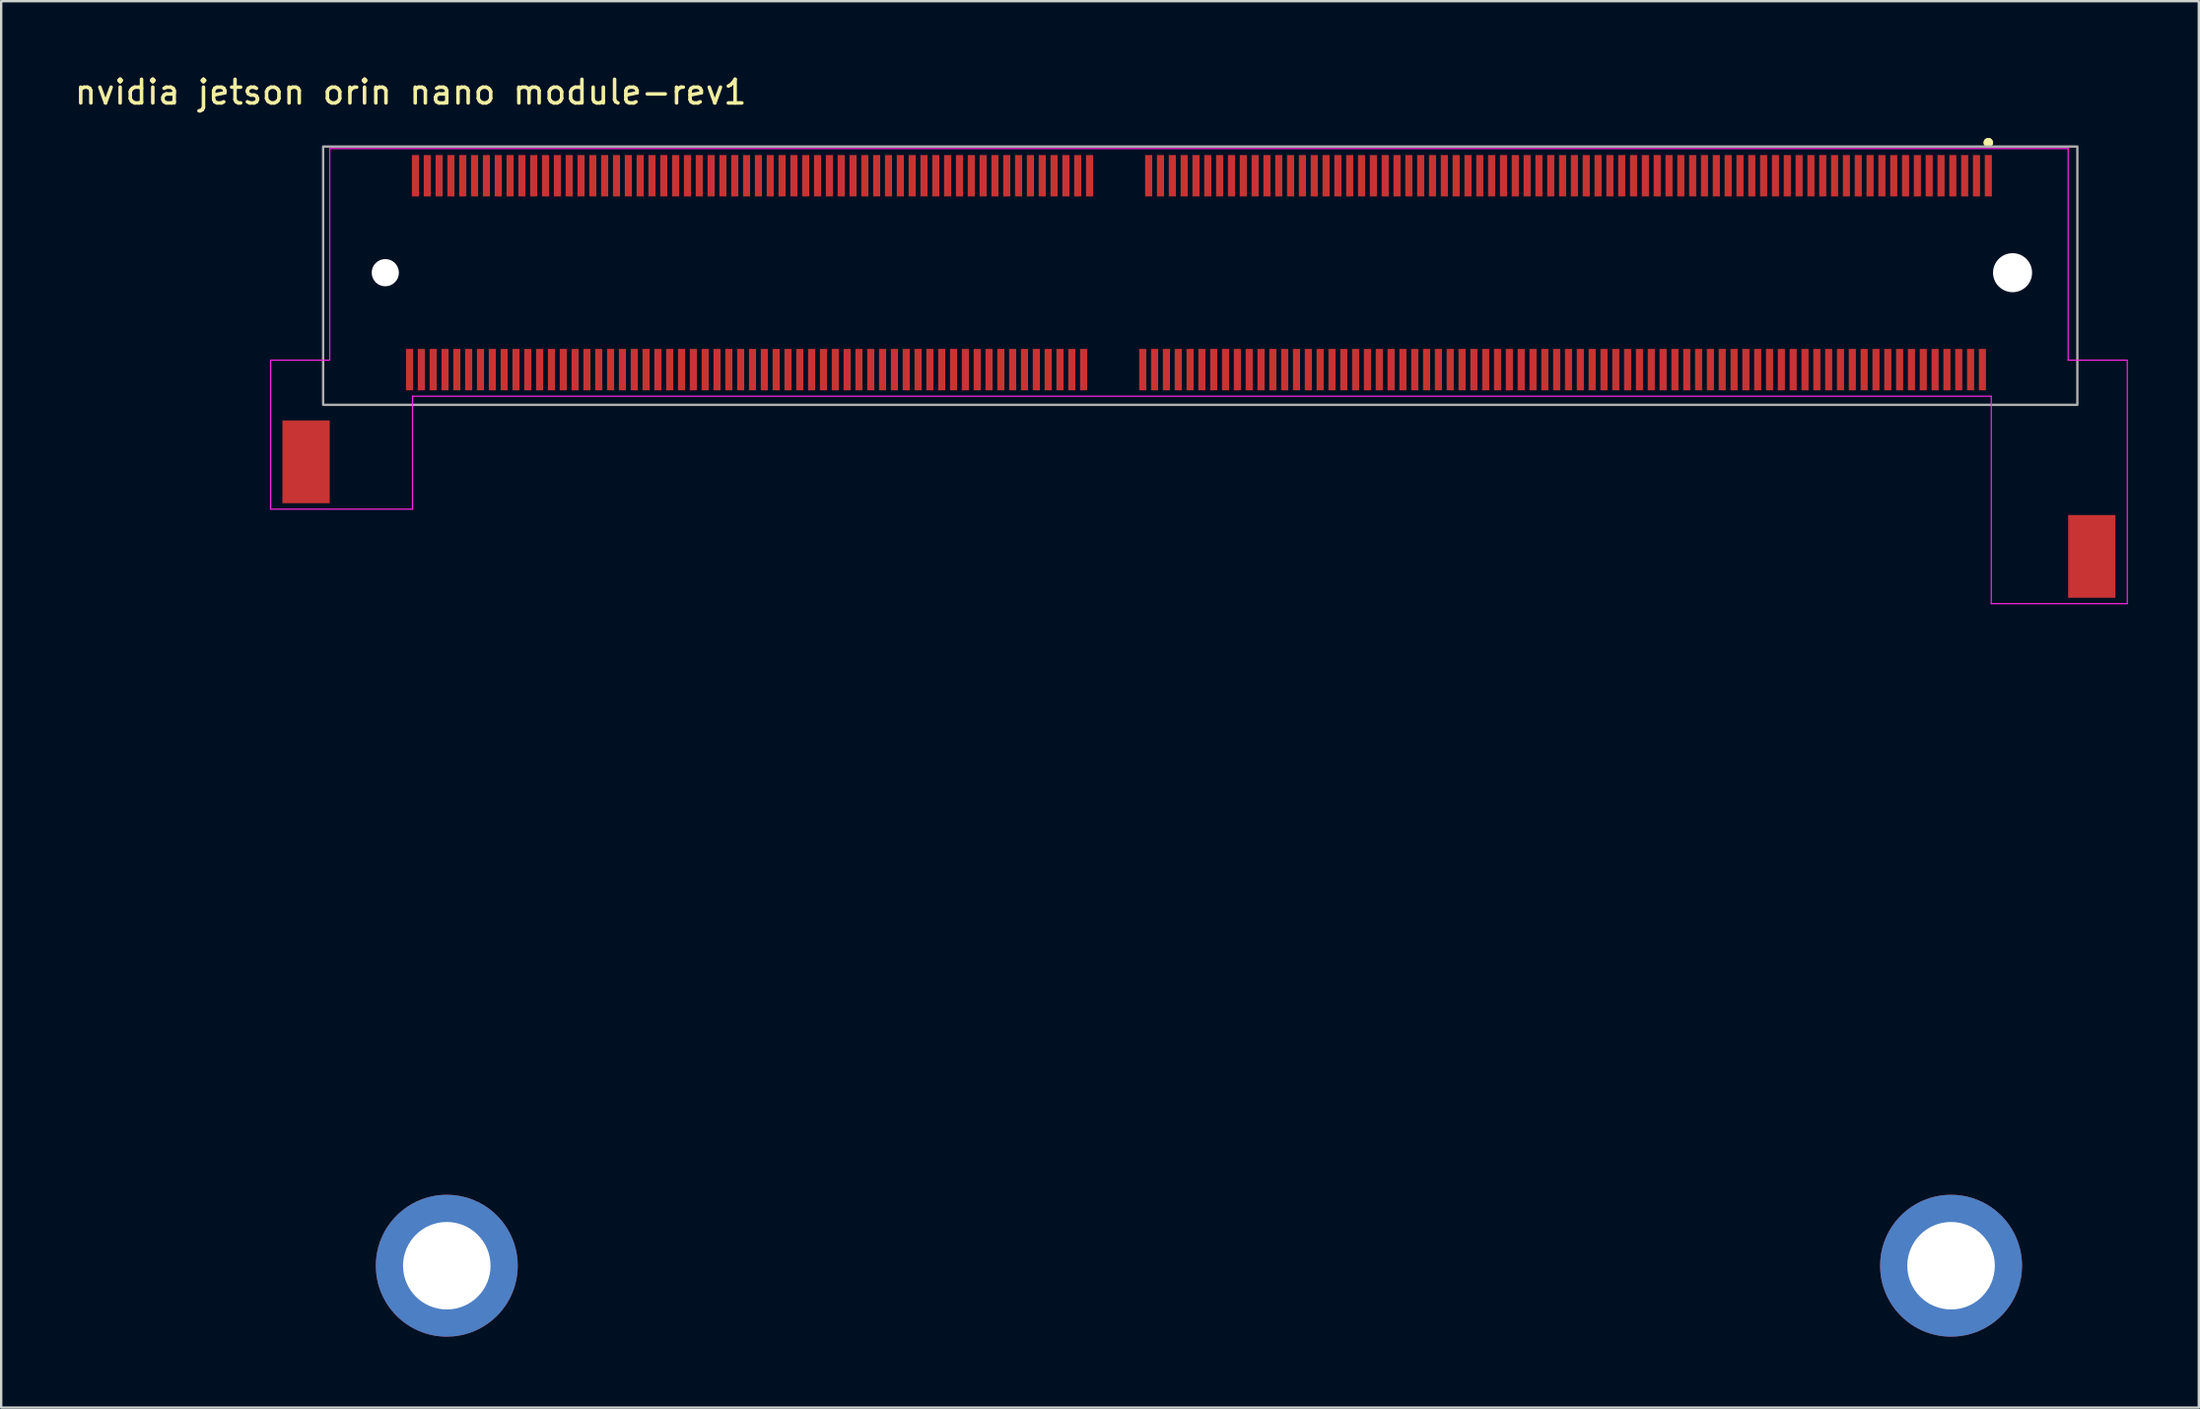
<source format=kicad_pcb>
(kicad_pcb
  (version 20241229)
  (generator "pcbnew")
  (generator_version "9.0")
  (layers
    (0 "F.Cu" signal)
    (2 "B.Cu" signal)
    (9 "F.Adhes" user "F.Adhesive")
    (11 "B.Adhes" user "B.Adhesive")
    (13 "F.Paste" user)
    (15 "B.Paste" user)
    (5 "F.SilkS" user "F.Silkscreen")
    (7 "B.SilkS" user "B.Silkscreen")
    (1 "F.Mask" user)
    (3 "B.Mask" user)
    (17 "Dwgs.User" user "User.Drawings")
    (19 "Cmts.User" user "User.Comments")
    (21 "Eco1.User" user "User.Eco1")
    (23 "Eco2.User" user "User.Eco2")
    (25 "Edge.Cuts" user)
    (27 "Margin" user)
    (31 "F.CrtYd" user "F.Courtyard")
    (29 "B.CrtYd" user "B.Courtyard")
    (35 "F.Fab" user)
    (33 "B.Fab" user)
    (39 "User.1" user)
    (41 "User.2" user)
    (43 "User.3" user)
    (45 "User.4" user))
  (footprint "nvidia jetson orin nano module-rev1"
    (layer "F.Cu")
    (at 44.14 8.483)
    (property "Reference" "nvidia jetson orin nano module-rev1" (at -29.825 -7.635 0) (layer "F.SilkS") (effects (font (size 1 1) (thickness 0.15))))
    (attr smd)
    (fp_circle (center 36.875 -5.5) (end 36.975 -5.5) (stroke (width 0.2) (type solid)) (fill no) (layer "F.SilkS"))
    (fp_circle (center 36.875 -5.5) (end 36.975 -5.5) (stroke (width 0.2) (type solid)) (fill no) (layer "F.SilkS"))
    (fp_line (start -35.75 3.7) (end -33.25 3.7) (stroke (width 0.05) (type solid)) (layer "F.CrtYd"))
    (fp_line (start -35.75 10) (end -35.75 3.7) (stroke (width 0.05) (type solid)) (layer "F.CrtYd"))
    (fp_line (start -33.25 -5.25) (end 40.25 -5.25) (stroke (width 0.05) (type solid)) (layer "F.CrtYd"))
    (fp_line (start -33.25 3.7) (end -33.25 -5.25) (stroke (width 0.05) (type solid)) (layer "F.CrtYd"))
    (fp_line (start -29.75 5.225) (end -29.75 10) (stroke (width 0.05) (type solid)) (layer "F.CrtYd"))
    (fp_line (start -29.75 10) (end -35.75 10) (stroke (width 0.05) (type solid)) (layer "F.CrtYd"))
    (fp_line (start 37 5.225) (end -29.75 5.225) (stroke (width 0.05) (type solid)) (layer "F.CrtYd"))
    (fp_line (start 37 14) (end 37 5.225) (stroke (width 0.05) (type solid)) (layer "F.CrtYd"))
    (fp_line (start 40.25 -5.25) (end 40.25 3.7) (stroke (width 0.05) (type solid)) (layer "F.CrtYd"))
    (fp_line (start 40.25 3.7) (end 42.75 3.7) (stroke (width 0.05) (type solid)) (layer "F.CrtYd"))
    (fp_line (start 42.75 3.7) (end 42.75 14) (stroke (width 0.05) (type solid)) (layer "F.CrtYd"))
    (fp_line (start 42.75 14) (end 37 14) (stroke (width 0.05) (type solid)) (layer "F.CrtYd"))
    (fp_rect (start -33.528 -5.334) (end 40.64 5.588) (stroke (width 0.1) (type default)) (fill no) (layer "F.Fab"))
    (pad "" np_thru_hole circle (at -30.9 0) (size 1.15 1.15) (drill 1.15) (layers "*.Cu" "*.Mask"))
    (pad "" np_thru_hole circle (at 37.9 0) (size 1.65 1.65) (drill 1.65) (layers "*.Cu" "*.Mask"))
    (pad "1" smd rect (at 36.875 -4.1 90) (size 1.75 0.3) (layers "F.Cu" "F.Mask" "F.Paste"))
    (pad "2" smd rect (at 36.625 4.1 90) (size 1.75 0.3) (layers "F.Cu" "F.Mask" "F.Paste"))
    (pad "3" smd rect (at 36.375 -4.1 90) (size 1.75 0.3) (layers "F.Cu" "F.Mask" "F.Paste"))
    (pad "4" smd rect (at 36.125 4.1 90) (size 1.75 0.3) (layers "F.Cu" "F.Mask" "F.Paste"))
    (pad "5" smd rect (at 35.875 -4.1 90) (size 1.75 0.3) (layers "F.Cu" "F.Mask" "F.Paste"))
    (pad "6" smd rect (at 35.625 4.1 90) (size 1.75 0.3) (layers "F.Cu" "F.Mask" "F.Paste"))
    (pad "7" smd rect (at 35.375 -4.1 90) (size 1.75 0.3) (layers "F.Cu" "F.Mask" "F.Paste"))
    (pad "8" smd rect (at 35.125 4.1 90) (size 1.75 0.3) (layers "F.Cu" "F.Mask" "F.Paste"))
    (pad "9" smd rect (at 34.875 -4.1 90) (size 1.75 0.3) (layers "F.Cu" "F.Mask" "F.Paste"))
    (pad "10" smd rect (at 34.625 4.1 90) (size 1.75 0.3) (layers "F.Cu" "F.Mask" "F.Paste"))
    (pad "11" smd rect (at 34.375 -4.1 90) (size 1.75 0.3) (layers "F.Cu" "F.Mask" "F.Paste"))
    (pad "12" smd rect (at 34.125 4.1 90) (size 1.75 0.3) (layers "F.Cu" "F.Mask" "F.Paste"))
    (pad "13" smd rect (at 33.875 -4.1 90) (size 1.75 0.3) (layers "F.Cu" "F.Mask" "F.Paste"))
    (pad "14" smd rect (at 33.625 4.1 90) (size 1.75 0.3) (layers "F.Cu" "F.Mask" "F.Paste"))
    (pad "15" smd rect (at 33.375 -4.1 90) (size 1.75 0.3) (layers "F.Cu" "F.Mask" "F.Paste"))
    (pad "16" smd rect (at 33.125 4.1 90) (size 1.75 0.3) (layers "F.Cu" "F.Mask" "F.Paste"))
    (pad "17" smd rect (at 32.875 -4.1 90) (size 1.75 0.3) (layers "F.Cu" "F.Mask" "F.Paste"))
    (pad "18" smd rect (at 32.625 4.1 90) (size 1.75 0.3) (layers "F.Cu" "F.Mask" "F.Paste"))
    (pad "19" smd rect (at 32.375 -4.1 90) (size 1.75 0.3) (layers "F.Cu" "F.Mask" "F.Paste"))
    (pad "20" smd rect (at 32.125 4.1 90) (size 1.75 0.3) (layers "F.Cu" "F.Mask" "F.Paste"))
    (pad "21" smd rect (at 31.875 -4.1 90) (size 1.75 0.3) (layers "F.Cu" "F.Mask" "F.Paste"))
    (pad "22" smd rect (at 31.625 4.1 90) (size 1.75 0.3) (layers "F.Cu" "F.Mask" "F.Paste"))
    (pad "23" smd rect (at 31.375 -4.1 90) (size 1.75 0.3) (layers "F.Cu" "F.Mask" "F.Paste"))
    (pad "24" smd rect (at 31.125 4.1 90) (size 1.75 0.3) (layers "F.Cu" "F.Mask" "F.Paste"))
    (pad "25" smd rect (at 30.875 -4.1 90) (size 1.75 0.3) (layers "F.Cu" "F.Mask" "F.Paste"))
    (pad "26" smd rect (at 30.625 4.1 90) (size 1.75 0.3) (layers "F.Cu" "F.Mask" "F.Paste"))
    (pad "27" smd rect (at 30.375 -4.1 90) (size 1.75 0.3) (layers "F.Cu" "F.Mask" "F.Paste"))
    (pad "28" smd rect (at 30.125 4.1 90) (size 1.75 0.3) (layers "F.Cu" "F.Mask" "F.Paste"))
    (pad "29" smd rect (at 29.875 -4.1 90) (size 1.75 0.3) (layers "F.Cu" "F.Mask" "F.Paste"))
    (pad "30" smd rect (at 29.625 4.1 90) (size 1.75 0.3) (layers "F.Cu" "F.Mask" "F.Paste"))
    (pad "31" smd rect (at 29.375 -4.1 90) (size 1.75 0.3) (layers "F.Cu" "F.Mask" "F.Paste"))
    (pad "32" smd rect (at 29.125 4.1 90) (size 1.75 0.3) (layers "F.Cu" "F.Mask" "F.Paste"))
    (pad "33" smd rect (at 28.875 -4.1 90) (size 1.75 0.3) (layers "F.Cu" "F.Mask" "F.Paste"))
    (pad "34" smd rect (at 28.625 4.1 90) (size 1.75 0.3) (layers "F.Cu" "F.Mask" "F.Paste"))
    (pad "35" smd rect (at 28.375 -4.1 90) (size 1.75 0.3) (layers "F.Cu" "F.Mask" "F.Paste"))
    (pad "36" smd rect (at 28.125 4.1 90) (size 1.75 0.3) (layers "F.Cu" "F.Mask" "F.Paste"))
    (pad "37" smd rect (at 27.875 -4.1 90) (size 1.75 0.3) (layers "F.Cu" "F.Mask" "F.Paste"))
    (pad "38" smd rect (at 27.625 4.1 90) (size 1.75 0.3) (layers "F.Cu" "F.Mask" "F.Paste"))
    (pad "39" smd rect (at 27.375 -4.1 90) (size 1.75 0.3) (layers "F.Cu" "F.Mask" "F.Paste"))
    (pad "40" smd rect (at 27.125 4.1 90) (size 1.75 0.3) (layers "F.Cu" "F.Mask" "F.Paste"))
    (pad "41" smd rect (at 26.875 -4.1 90) (size 1.75 0.3) (layers "F.Cu" "F.Mask" "F.Paste"))
    (pad "42" smd rect (at 26.625 4.1 90) (size 1.75 0.3) (layers "F.Cu" "F.Mask" "F.Paste"))
    (pad "43" smd rect (at 26.375 -4.1 90) (size 1.75 0.3) (layers "F.Cu" "F.Mask" "F.Paste"))
    (pad "44" smd rect (at 26.125 4.1 90) (size 1.75 0.3) (layers "F.Cu" "F.Mask" "F.Paste"))
    (pad "45" smd rect (at 25.875 -4.1 90) (size 1.75 0.3) (layers "F.Cu" "F.Mask" "F.Paste"))
    (pad "46" smd rect (at 25.625 4.1 90) (size 1.75 0.3) (layers "F.Cu" "F.Mask" "F.Paste"))
    (pad "47" smd rect (at 25.375 -4.1 90) (size 1.75 0.3) (layers "F.Cu" "F.Mask" "F.Paste"))
    (pad "48" smd rect (at 25.125 4.1 90) (size 1.75 0.3) (layers "F.Cu" "F.Mask" "F.Paste"))
    (pad "49" smd rect (at 24.875 -4.1 90) (size 1.75 0.3) (layers "F.Cu" "F.Mask" "F.Paste"))
    (pad "50" smd rect (at 24.625 4.1 90) (size 1.75 0.3) (layers "F.Cu" "F.Mask" "F.Paste"))
    (pad "51" smd rect (at 24.375 -4.1 90) (size 1.75 0.3) (layers "F.Cu" "F.Mask" "F.Paste"))
    (pad "52" smd rect (at 24.125 4.1 90) (size 1.75 0.3) (layers "F.Cu" "F.Mask" "F.Paste"))
    (pad "53" smd rect (at 23.875 -4.1 90) (size 1.75 0.3) (layers "F.Cu" "F.Mask" "F.Paste"))
    (pad "54" smd rect (at 23.625 4.1 90) (size 1.75 0.3) (layers "F.Cu" "F.Mask" "F.Paste"))
    (pad "55" smd rect (at 23.375 -4.1 90) (size 1.75 0.3) (layers "F.Cu" "F.Mask" "F.Paste"))
    (pad "56" smd rect (at 23.125 4.1 90) (size 1.75 0.3) (layers "F.Cu" "F.Mask" "F.Paste"))
    (pad "57" smd rect (at 22.875 -4.1 90) (size 1.75 0.3) (layers "F.Cu" "F.Mask" "F.Paste"))
    (pad "58" smd rect (at 22.625 4.1 90) (size 1.75 0.3) (layers "F.Cu" "F.Mask" "F.Paste"))
    (pad "59" smd rect (at 22.375 -4.1 90) (size 1.75 0.3) (layers "F.Cu" "F.Mask" "F.Paste"))
    (pad "60" smd rect (at 22.125 4.1 90) (size 1.75 0.3) (layers "F.Cu" "F.Mask" "F.Paste"))
    (pad "61" smd rect (at 21.875 -4.1 90) (size 1.75 0.3) (layers "F.Cu" "F.Mask" "F.Paste"))
    (pad "62" smd rect (at 21.625 4.1 90) (size 1.75 0.3) (layers "F.Cu" "F.Mask" "F.Paste"))
    (pad "63" smd rect (at 21.375 -4.1 90) (size 1.75 0.3) (layers "F.Cu" "F.Mask" "F.Paste"))
    (pad "64" smd rect (at 21.125 4.1 90) (size 1.75 0.3) (layers "F.Cu" "F.Mask" "F.Paste"))
    (pad "65" smd rect (at 20.875 -4.1 90) (size 1.75 0.3) (layers "F.Cu" "F.Mask" "F.Paste"))
    (pad "66" smd rect (at 20.625 4.1 90) (size 1.75 0.3) (layers "F.Cu" "F.Mask" "F.Paste"))
    (pad "67" smd rect (at 20.375 -4.1 90) (size 1.75 0.3) (layers "F.Cu" "F.Mask" "F.Paste"))
    (pad "68" smd rect (at 20.125 4.1 90) (size 1.75 0.3) (layers "F.Cu" "F.Mask" "F.Paste"))
    (pad "69" smd rect (at 19.875 -4.1 90) (size 1.75 0.3) (layers "F.Cu" "F.Mask" "F.Paste"))
    (pad "70" smd rect (at 19.625 4.1 90) (size 1.75 0.3) (layers "F.Cu" "F.Mask" "F.Paste"))
    (pad "71" smd rect (at 19.375 -4.1 90) (size 1.75 0.3) (layers "F.Cu" "F.Mask" "F.Paste"))
    (pad "72" smd rect (at 19.125 4.1 90) (size 1.75 0.3) (layers "F.Cu" "F.Mask" "F.Paste"))
    (pad "73" smd rect (at 18.875 -4.1 90) (size 1.75 0.3) (layers "F.Cu" "F.Mask" "F.Paste"))
    (pad "74" smd rect (at 18.625 4.1 90) (size 1.75 0.3) (layers "F.Cu" "F.Mask" "F.Paste"))
    (pad "75" smd rect (at 18.375 -4.1 90) (size 1.75 0.3) (layers "F.Cu" "F.Mask" "F.Paste"))
    (pad "76" smd rect (at 18.125 4.1 90) (size 1.75 0.3) (layers "F.Cu" "F.Mask" "F.Paste"))
    (pad "77" smd rect (at 17.875 -4.1 90) (size 1.75 0.3) (layers "F.Cu" "F.Mask" "F.Paste"))
    (pad "78" smd rect (at 17.625 4.1 90) (size 1.75 0.3) (layers "F.Cu" "F.Mask" "F.Paste"))
    (pad "79" smd rect (at 17.375 -4.1 90) (size 1.75 0.3) (layers "F.Cu" "F.Mask" "F.Paste"))
    (pad "80" smd rect (at 17.125 4.1 90) (size 1.75 0.3) (layers "F.Cu" "F.Mask" "F.Paste"))
    (pad "81" smd rect (at 16.875 -4.1 90) (size 1.75 0.3) (layers "F.Cu" "F.Mask" "F.Paste"))
    (pad "82" smd rect (at 16.625 4.1 90) (size 1.75 0.3) (layers "F.Cu" "F.Mask" "F.Paste"))
    (pad "83" smd rect (at 16.375 -4.1 90) (size 1.75 0.3) (layers "F.Cu" "F.Mask" "F.Paste"))
    (pad "84" smd rect (at 16.125 4.1 90) (size 1.75 0.3) (layers "F.Cu" "F.Mask" "F.Paste"))
    (pad "85" smd rect (at 15.875 -4.1 90) (size 1.75 0.3) (layers "F.Cu" "F.Mask" "F.Paste"))
    (pad "86" smd rect (at 15.625 4.1 90) (size 1.75 0.3) (layers "F.Cu" "F.Mask" "F.Paste"))
    (pad "87" smd rect (at 15.375 -4.1 90) (size 1.75 0.3) (layers "F.Cu" "F.Mask" "F.Paste"))
    (pad "88" smd rect (at 15.125 4.1 90) (size 1.75 0.3) (layers "F.Cu" "F.Mask" "F.Paste"))
    (pad "89" smd rect (at 14.875 -4.1 90) (size 1.75 0.3) (layers "F.Cu" "F.Mask" "F.Paste"))
    (pad "90" smd rect (at 14.625 4.1 90) (size 1.75 0.3) (layers "F.Cu" "F.Mask" "F.Paste"))
    (pad "91" smd rect (at 14.375 -4.1 90) (size 1.75 0.3) (layers "F.Cu" "F.Mask" "F.Paste"))
    (pad "92" smd rect (at 14.125 4.1 90) (size 1.75 0.3) (layers "F.Cu" "F.Mask" "F.Paste"))
    (pad "93" smd rect (at 13.875 -4.1 90) (size 1.75 0.3) (layers "F.Cu" "F.Mask" "F.Paste"))
    (pad "94" smd rect (at 13.625 4.1 90) (size 1.75 0.3) (layers "F.Cu" "F.Mask" "F.Paste"))
    (pad "95" smd rect (at 13.375 -4.1 90) (size 1.75 0.3) (layers "F.Cu" "F.Mask" "F.Paste"))
    (pad "96" smd rect (at 13.125 4.1 90) (size 1.75 0.3) (layers "F.Cu" "F.Mask" "F.Paste"))
    (pad "97" smd rect (at 12.875 -4.1 90) (size 1.75 0.3) (layers "F.Cu" "F.Mask" "F.Paste"))
    (pad "98" smd rect (at 12.625 4.1 90) (size 1.75 0.3) (layers "F.Cu" "F.Mask" "F.Paste"))
    (pad "99" smd rect (at 12.375 -4.1 90) (size 1.75 0.3) (layers "F.Cu" "F.Mask" "F.Paste"))
    (pad "100" smd rect (at 12.125 4.1 90) (size 1.75 0.3) (layers "F.Cu" "F.Mask" "F.Paste"))
    (pad "101" smd rect (at 11.875 -4.1 90) (size 1.75 0.3) (layers "F.Cu" "F.Mask" "F.Paste"))
    (pad "102" smd rect (at 11.625 4.1 90) (size 1.75 0.3) (layers "F.Cu" "F.Mask" "F.Paste"))
    (pad "103" smd rect (at 11.375 -4.1 90) (size 1.75 0.3) (layers "F.Cu" "F.Mask" "F.Paste"))
    (pad "104" smd rect (at 11.125 4.1 90) (size 1.75 0.3) (layers "F.Cu" "F.Mask" "F.Paste"))
    (pad "105" smd rect (at 10.875 -4.1 90) (size 1.75 0.3) (layers "F.Cu" "F.Mask" "F.Paste"))
    (pad "106" smd rect (at 10.625 4.1 90) (size 1.75 0.3) (layers "F.Cu" "F.Mask" "F.Paste"))
    (pad "107" smd rect (at 10.375 -4.1 90) (size 1.75 0.3) (layers "F.Cu" "F.Mask" "F.Paste"))
    (pad "108" smd rect (at 10.125 4.1 90) (size 1.75 0.3) (layers "F.Cu" "F.Mask" "F.Paste"))
    (pad "109" smd rect (at 9.875 -4.1 90) (size 1.75 0.3) (layers "F.Cu" "F.Mask" "F.Paste"))
    (pad "110" smd rect (at 9.625 4.1 90) (size 1.75 0.3) (layers "F.Cu" "F.Mask" "F.Paste"))
    (pad "111" smd rect (at 9.375 -4.1 90) (size 1.75 0.3) (layers "F.Cu" "F.Mask" "F.Paste"))
    (pad "112" smd rect (at 9.125 4.1 90) (size 1.75 0.3) (layers "F.Cu" "F.Mask" "F.Paste"))
    (pad "113" smd rect (at 8.875 -4.1 90) (size 1.75 0.3) (layers "F.Cu" "F.Mask" "F.Paste"))
    (pad "114" smd rect (at 8.625 4.1 90) (size 1.75 0.3) (layers "F.Cu" "F.Mask" "F.Paste"))
    (pad "115" smd rect (at 8.375 -4.1 90) (size 1.75 0.3) (layers "F.Cu" "F.Mask" "F.Paste"))
    (pad "116" smd rect (at 8.125 4.1 90) (size 1.75 0.3) (layers "F.Cu" "F.Mask" "F.Paste"))
    (pad "117" smd rect (at 7.875 -4.1 90) (size 1.75 0.3) (layers "F.Cu" "F.Mask" "F.Paste"))
    (pad "118" smd rect (at 7.625 4.1 90) (size 1.75 0.3) (layers "F.Cu" "F.Mask" "F.Paste"))
    (pad "119" smd rect (at 7.375 -4.1 90) (size 1.75 0.3) (layers "F.Cu" "F.Mask" "F.Paste"))
    (pad "120" smd rect (at 7.125 4.1 90) (size 1.75 0.3) (layers "F.Cu" "F.Mask" "F.Paste"))
    (pad "121" smd rect (at 6.875 -4.1 90) (size 1.75 0.3) (layers "F.Cu" "F.Mask" "F.Paste"))
    (pad "122" smd rect (at 6.625 4.1 90) (size 1.75 0.3) (layers "F.Cu" "F.Mask" "F.Paste"))
    (pad "123" smd rect (at 6.375 -4.1 90) (size 1.75 0.3) (layers "F.Cu" "F.Mask" "F.Paste"))
    (pad "124" smd rect (at 6.125 4.1 90) (size 1.75 0.3) (layers "F.Cu" "F.Mask" "F.Paste"))
    (pad "125" smd rect (at 5.875 -4.1 90) (size 1.75 0.3) (layers "F.Cu" "F.Mask" "F.Paste"))
    (pad "126" smd rect (at 5.625 4.1 90) (size 1.75 0.3) (layers "F.Cu" "F.Mask" "F.Paste"))
    (pad "127" smd rect (at 5.375 -4.1 90) (size 1.75 0.3) (layers "F.Cu" "F.Mask" "F.Paste"))
    (pad "128" smd rect (at 5.125 4.1 90) (size 1.75 0.3) (layers "F.Cu" "F.Mask" "F.Paste"))
    (pad "129" smd rect (at 4.875 -4.1 90) (size 1.75 0.3) (layers "F.Cu" "F.Mask" "F.Paste"))
    (pad "130" smd rect (at 4.625 4.1 90) (size 1.75 0.3) (layers "F.Cu" "F.Mask" "F.Paste"))
    (pad "131" smd rect (at 4.375 -4.1 90) (size 1.75 0.3) (layers "F.Cu" "F.Mask" "F.Paste"))
    (pad "132" smd rect (at 4.125 4.1 90) (size 1.75 0.3) (layers "F.Cu" "F.Mask" "F.Paste"))
    (pad "133" smd rect (at 3.875 -4.1 90) (size 1.75 0.3) (layers "F.Cu" "F.Mask" "F.Paste"))
    (pad "134" smd rect (at 3.625 4.1 90) (size 1.75 0.3) (layers "F.Cu" "F.Mask" "F.Paste"))
    (pad "135" smd rect (at 3.375 -4.1 90) (size 1.75 0.3) (layers "F.Cu" "F.Mask" "F.Paste"))
    (pad "136" smd rect (at 3.125 4.1 90) (size 1.75 0.3) (layers "F.Cu" "F.Mask" "F.Paste"))
    (pad "137" smd rect (at 2.875 -4.1 90) (size 1.75 0.3) (layers "F.Cu" "F.Mask" "F.Paste"))
    (pad "138" smd rect (at 2.625 4.1 90) (size 1.75 0.3) (layers "F.Cu" "F.Mask" "F.Paste"))
    (pad "139" smd rect (at 2.375 -4.1 90) (size 1.75 0.3) (layers "F.Cu" "F.Mask" "F.Paste"))
    (pad "140" smd rect (at 2.125 4.1 90) (size 1.75 0.3) (layers "F.Cu" "F.Mask" "F.Paste"))
    (pad "141" smd rect (at 1.875 -4.1 90) (size 1.75 0.3) (layers "F.Cu" "F.Mask" "F.Paste"))
    (pad "142" smd rect (at 1.625 4.1 90) (size 1.75 0.3) (layers "F.Cu" "F.Mask" "F.Paste"))
    (pad "143" smd rect (at 1.375 -4.1 90) (size 1.75 0.3) (layers "F.Cu" "F.Mask" "F.Paste"))
    (pad "144" smd rect (at 1.125 4.1 90) (size 1.75 0.3) (layers "F.Cu" "F.Mask" "F.Paste"))
    (pad "145" smd rect (at -1.125 -4.1 90) (size 1.75 0.3) (layers "F.Cu" "F.Mask" "F.Paste"))
    (pad "146" smd rect (at -1.375 4.1 90) (size 1.75 0.3) (layers "F.Cu" "F.Mask" "F.Paste"))
    (pad "147" smd rect (at -1.625 -4.1 90) (size 1.75 0.3) (layers "F.Cu" "F.Mask" "F.Paste"))
    (pad "148" smd rect (at -1.875 4.1 90) (size 1.75 0.3) (layers "F.Cu" "F.Mask" "F.Paste"))
    (pad "149" smd rect (at -2.125 -4.1 90) (size 1.75 0.3) (layers "F.Cu" "F.Mask" "F.Paste"))
    (pad "150" smd rect (at -2.375 4.1 90) (size 1.75 0.3) (layers "F.Cu" "F.Mask" "F.Paste"))
    (pad "151" smd rect (at -2.625 -4.1 90) (size 1.75 0.3) (layers "F.Cu" "F.Mask" "F.Paste"))
    (pad "152" smd rect (at -2.875 4.1 90) (size 1.75 0.3) (layers "F.Cu" "F.Mask" "F.Paste"))
    (pad "153" smd rect (at -3.125 -4.1 90) (size 1.75 0.3) (layers "F.Cu" "F.Mask" "F.Paste"))
    (pad "154" smd rect (at -3.375 4.1 90) (size 1.75 0.3) (layers "F.Cu" "F.Mask" "F.Paste"))
    (pad "155" smd rect (at -3.625 -4.1 90) (size 1.75 0.3) (layers "F.Cu" "F.Mask" "F.Paste"))
    (pad "156" smd rect (at -3.875 4.1 90) (size 1.75 0.3) (layers "F.Cu" "F.Mask" "F.Paste"))
    (pad "157" smd rect (at -4.125 -4.1 90) (size 1.75 0.3) (layers "F.Cu" "F.Mask" "F.Paste"))
    (pad "158" smd rect (at -4.375 4.1 90) (size 1.75 0.3) (layers "F.Cu" "F.Mask" "F.Paste"))
    (pad "159" smd rect (at -4.625 -4.1 90) (size 1.75 0.3) (layers "F.Cu" "F.Mask" "F.Paste"))
    (pad "160" smd rect (at -4.875 4.1 90) (size 1.75 0.3) (layers "F.Cu" "F.Mask" "F.Paste"))
    (pad "161" smd rect (at -5.125 -4.1 90) (size 1.75 0.3) (layers "F.Cu" "F.Mask" "F.Paste"))
    (pad "162" smd rect (at -5.375 4.1 90) (size 1.75 0.3) (layers "F.Cu" "F.Mask" "F.Paste"))
    (pad "163" smd rect (at -5.625 -4.1 90) (size 1.75 0.3) (layers "F.Cu" "F.Mask" "F.Paste"))
    (pad "164" smd rect (at -5.875 4.1 90) (size 1.75 0.3) (layers "F.Cu" "F.Mask" "F.Paste"))
    (pad "165" smd rect (at -6.125 -4.1 90) (size 1.75 0.3) (layers "F.Cu" "F.Mask" "F.Paste"))
    (pad "166" smd rect (at -6.375 4.1 90) (size 1.75 0.3) (layers "F.Cu" "F.Mask" "F.Paste"))
    (pad "167" smd rect (at -6.625 -4.1 90) (size 1.75 0.3) (layers "F.Cu" "F.Mask" "F.Paste"))
    (pad "168" smd rect (at -6.875 4.1 90) (size 1.75 0.3) (layers "F.Cu" "F.Mask" "F.Paste"))
    (pad "169" smd rect (at -7.125 -4.1 90) (size 1.75 0.3) (layers "F.Cu" "F.Mask" "F.Paste"))
    (pad "170" smd rect (at -7.375 4.1 90) (size 1.75 0.3) (layers "F.Cu" "F.Mask" "F.Paste"))
    (pad "171" smd rect (at -7.625 -4.1 90) (size 1.75 0.3) (layers "F.Cu" "F.Mask" "F.Paste"))
    (pad "172" smd rect (at -7.875 4.1 90) (size 1.75 0.3) (layers "F.Cu" "F.Mask" "F.Paste"))
    (pad "173" smd rect (at -8.125 -4.1 90) (size 1.75 0.3) (layers "F.Cu" "F.Mask" "F.Paste"))
    (pad "174" smd rect (at -8.375 4.1 90) (size 1.75 0.3) (layers "F.Cu" "F.Mask" "F.Paste"))
    (pad "175" smd rect (at -8.625 -4.1 90) (size 1.75 0.3) (layers "F.Cu" "F.Mask" "F.Paste"))
    (pad "176" smd rect (at -8.875 4.1 90) (size 1.75 0.3) (layers "F.Cu" "F.Mask" "F.Paste"))
    (pad "177" smd rect (at -9.125 -4.1 90) (size 1.75 0.3) (layers "F.Cu" "F.Mask" "F.Paste"))
    (pad "178" smd rect (at -9.375 4.1 90) (size 1.75 0.3) (layers "F.Cu" "F.Mask" "F.Paste"))
    (pad "179" smd rect (at -9.625 -4.1 90) (size 1.75 0.3) (layers "F.Cu" "F.Mask" "F.Paste"))
    (pad "180" smd rect (at -9.875 4.1 90) (size 1.75 0.3) (layers "F.Cu" "F.Mask" "F.Paste"))
    (pad "181" smd rect (at -10.125 -4.1 90) (size 1.75 0.3) (layers "F.Cu" "F.Mask" "F.Paste"))
    (pad "182" smd rect (at -10.375 4.1 90) (size 1.75 0.3) (layers "F.Cu" "F.Mask" "F.Paste"))
    (pad "183" smd rect (at -10.625 -4.1 90) (size 1.75 0.3) (layers "F.Cu" "F.Mask" "F.Paste"))
    (pad "184" smd rect (at -10.875 4.1 90) (size 1.75 0.3) (layers "F.Cu" "F.Mask" "F.Paste"))
    (pad "185" smd rect (at -11.125 -4.1 90) (size 1.75 0.3) (layers "F.Cu" "F.Mask" "F.Paste"))
    (pad "186" smd rect (at -11.375 4.1 90) (size 1.75 0.3) (layers "F.Cu" "F.Mask" "F.Paste"))
    (pad "187" smd rect (at -11.625 -4.1 90) (size 1.75 0.3) (layers "F.Cu" "F.Mask" "F.Paste"))
    (pad "188" smd rect (at -11.875 4.1 90) (size 1.75 0.3) (layers "F.Cu" "F.Mask" "F.Paste"))
    (pad "189" smd rect (at -12.125 -4.1 90) (size 1.75 0.3) (layers "F.Cu" "F.Mask" "F.Paste"))
    (pad "190" smd rect (at -12.375 4.1 90) (size 1.75 0.3) (layers "F.Cu" "F.Mask" "F.Paste"))
    (pad "191" smd rect (at -12.625 -4.1 90) (size 1.75 0.3) (layers "F.Cu" "F.Mask" "F.Paste"))
    (pad "192" smd rect (at -12.875 4.1 90) (size 1.75 0.3) (layers "F.Cu" "F.Mask" "F.Paste"))
    (pad "193" smd rect (at -13.125 -4.1 90) (size 1.75 0.3) (layers "F.Cu" "F.Mask" "F.Paste"))
    (pad "194" smd rect (at -13.375 4.1 90) (size 1.75 0.3) (layers "F.Cu" "F.Mask" "F.Paste"))
    (pad "195" smd rect (at -13.625 -4.1 90) (size 1.75 0.3) (layers "F.Cu" "F.Mask" "F.Paste"))
    (pad "196" smd rect (at -13.875 4.1 90) (size 1.75 0.3) (layers "F.Cu" "F.Mask" "F.Paste"))
    (pad "197" smd rect (at -14.125 -4.1 90) (size 1.75 0.3) (layers "F.Cu" "F.Mask" "F.Paste"))
    (pad "198" smd rect (at -14.375 4.1 90) (size 1.75 0.3) (layers "F.Cu" "F.Mask" "F.Paste"))
    (pad "199" smd rect (at -14.625 -4.1 90) (size 1.75 0.3) (layers "F.Cu" "F.Mask" "F.Paste"))
    (pad "200" smd rect (at -14.875 4.1 90) (size 1.75 0.3) (layers "F.Cu" "F.Mask" "F.Paste"))
    (pad "201" smd rect (at -15.125 -4.1 90) (size 1.75 0.3) (layers "F.Cu" "F.Mask" "F.Paste"))
    (pad "202" smd rect (at -15.375 4.1 90) (size 1.75 0.3) (layers "F.Cu" "F.Mask" "F.Paste"))
    (pad "203" smd rect (at -15.625 -4.1 90) (size 1.75 0.3) (layers "F.Cu" "F.Mask" "F.Paste"))
    (pad "204" smd rect (at -15.875 4.1 90) (size 1.75 0.3) (layers "F.Cu" "F.Mask" "F.Paste"))
    (pad "205" smd rect (at -16.125 -4.1 90) (size 1.75 0.3) (layers "F.Cu" "F.Mask" "F.Paste"))
    (pad "206" smd rect (at -16.375 4.1 90) (size 1.75 0.3) (layers "F.Cu" "F.Mask" "F.Paste"))
    (pad "207" smd rect (at -16.625 -4.1 90) (size 1.75 0.3) (layers "F.Cu" "F.Mask" "F.Paste"))
    (pad "208" smd rect (at -16.875 4.1 90) (size 1.75 0.3) (layers "F.Cu" "F.Mask" "F.Paste"))
    (pad "209" smd rect (at -17.125 -4.1 90) (size 1.75 0.3) (layers "F.Cu" "F.Mask" "F.Paste"))
    (pad "210" smd rect (at -17.375 4.1 90) (size 1.75 0.3) (layers "F.Cu" "F.Mask" "F.Paste"))
    (pad "211" smd rect (at -17.625 -4.1 90) (size 1.75 0.3) (layers "F.Cu" "F.Mask" "F.Paste"))
    (pad "212" smd rect (at -17.875 4.1 90) (size 1.75 0.3) (layers "F.Cu" "F.Mask" "F.Paste"))
    (pad "213" smd rect (at -18.125 -4.1 90) (size 1.75 0.3) (layers "F.Cu" "F.Mask" "F.Paste"))
    (pad "214" smd rect (at -18.375 4.1 90) (size 1.75 0.3) (layers "F.Cu" "F.Mask" "F.Paste"))
    (pad "215" smd rect (at -18.625 -4.1 90) (size 1.75 0.3) (layers "F.Cu" "F.Mask" "F.Paste"))
    (pad "216" smd rect (at -18.875 4.1 90) (size 1.75 0.3) (layers "F.Cu" "F.Mask" "F.Paste"))
    (pad "217" smd rect (at -19.125 -4.1 90) (size 1.75 0.3) (layers "F.Cu" "F.Mask" "F.Paste"))
    (pad "218" smd rect (at -19.375 4.1 90) (size 1.75 0.3) (layers "F.Cu" "F.Mask" "F.Paste"))
    (pad "219" smd rect (at -19.625 -4.1 90) (size 1.75 0.3) (layers "F.Cu" "F.Mask" "F.Paste"))
    (pad "220" smd rect (at -19.875 4.1 90) (size 1.75 0.3) (layers "F.Cu" "F.Mask" "F.Paste"))
    (pad "221" smd rect (at -20.125 -4.1 90) (size 1.75 0.3) (layers "F.Cu" "F.Mask" "F.Paste"))
    (pad "222" smd rect (at -20.375 4.1 90) (size 1.75 0.3) (layers "F.Cu" "F.Mask" "F.Paste"))
    (pad "223" smd rect (at -20.625 -4.1 90) (size 1.75 0.3) (layers "F.Cu" "F.Mask" "F.Paste"))
    (pad "224" smd rect (at -20.875 4.1 90) (size 1.75 0.3) (layers "F.Cu" "F.Mask" "F.Paste"))
    (pad "225" smd rect (at -21.125 -4.1 90) (size 1.75 0.3) (layers "F.Cu" "F.Mask" "F.Paste"))
    (pad "226" smd rect (at -21.375 4.1 90) (size 1.75 0.3) (layers "F.Cu" "F.Mask" "F.Paste"))
    (pad "227" smd rect (at -21.625 -4.1 90) (size 1.75 0.3) (layers "F.Cu" "F.Mask" "F.Paste"))
    (pad "228" smd rect (at -21.875 4.1 90) (size 1.75 0.3) (layers "F.Cu" "F.Mask" "F.Paste"))
    (pad "229" smd rect (at -22.125 -4.1 90) (size 1.75 0.3) (layers "F.Cu" "F.Mask" "F.Paste"))
    (pad "230" smd rect (at -22.375 4.1 90) (size 1.75 0.3) (layers "F.Cu" "F.Mask" "F.Paste"))
    (pad "231" smd rect (at -22.625 -4.1 90) (size 1.75 0.3) (layers "F.Cu" "F.Mask" "F.Paste"))
    (pad "232" smd rect (at -22.875 4.1 90) (size 1.75 0.3) (layers "F.Cu" "F.Mask" "F.Paste"))
    (pad "233" smd rect (at -23.125 -4.1 90) (size 1.75 0.3) (layers "F.Cu" "F.Mask" "F.Paste"))
    (pad "234" smd rect (at -23.375 4.1 90) (size 1.75 0.3) (layers "F.Cu" "F.Mask" "F.Paste"))
    (pad "235" smd rect (at -23.625 -4.1 90) (size 1.75 0.3) (layers "F.Cu" "F.Mask" "F.Paste"))
    (pad "236" smd rect (at -23.875 4.1 90) (size 1.75 0.3) (layers "F.Cu" "F.Mask" "F.Paste"))
    (pad "237" smd rect (at -24.125 -4.1 90) (size 1.75 0.3) (layers "F.Cu" "F.Mask" "F.Paste"))
    (pad "238" smd rect (at -24.375 4.1 90) (size 1.75 0.3) (layers "F.Cu" "F.Mask" "F.Paste"))
    (pad "239" smd rect (at -24.625 -4.1 90) (size 1.75 0.3) (layers "F.Cu" "F.Mask" "F.Paste"))
    (pad "240" smd rect (at -24.875 4.1 90) (size 1.75 0.3) (layers "F.Cu" "F.Mask" "F.Paste"))
    (pad "241" smd rect (at -25.125 -4.1 90) (size 1.75 0.3) (layers "F.Cu" "F.Mask" "F.Paste"))
    (pad "242" smd rect (at -25.375 4.1 90) (size 1.75 0.3) (layers "F.Cu" "F.Mask" "F.Paste"))
    (pad "243" smd rect (at -25.625 -4.1 90) (size 1.75 0.3) (layers "F.Cu" "F.Mask" "F.Paste"))
    (pad "244" smd rect (at -25.875 4.1 90) (size 1.75 0.3) (layers "F.Cu" "F.Mask" "F.Paste"))
    (pad "245" smd rect (at -26.125 -4.1 90) (size 1.75 0.3) (layers "F.Cu" "F.Mask" "F.Paste"))
    (pad "246" smd rect (at -26.375 4.1 90) (size 1.75 0.3) (layers "F.Cu" "F.Mask" "F.Paste"))
    (pad "247" smd rect (at -26.625 -4.1 90) (size 1.75 0.3) (layers "F.Cu" "F.Mask" "F.Paste"))
    (pad "248" smd rect (at -26.875 4.1 90) (size 1.75 0.3) (layers "F.Cu" "F.Mask" "F.Paste"))
    (pad "249" smd rect (at -27.125 -4.1 90) (size 1.75 0.3) (layers "F.Cu" "F.Mask" "F.Paste"))
    (pad "250" smd rect (at -27.375 4.1 90) (size 1.75 0.3) (layers "F.Cu" "F.Mask" "F.Paste"))
    (pad "251" smd rect (at -27.625 -4.1 90) (size 1.75 0.3) (layers "F.Cu" "F.Mask" "F.Paste"))
    (pad "252" smd rect (at -27.875 4.1 90) (size 1.75 0.3) (layers "F.Cu" "F.Mask" "F.Paste"))
    (pad "253" smd rect (at -28.125 -4.1 90) (size 1.75 0.3) (layers "F.Cu" "F.Mask" "F.Paste"))
    (pad "254" smd rect (at -28.375 4.1 90) (size 1.75 0.3) (layers "F.Cu" "F.Mask" "F.Paste"))
    (pad "255" smd rect (at -28.625 -4.1 90) (size 1.75 0.3) (layers "F.Cu" "F.Mask" "F.Paste"))
    (pad "256" smd rect (at -28.875 4.1 90) (size 1.75 0.3) (layers "F.Cu" "F.Mask" "F.Paste"))
    (pad "257" smd rect (at -29.125 -4.1 90) (size 1.75 0.3) (layers "F.Cu" "F.Mask" "F.Paste"))
    (pad "258" smd rect (at -29.375 4.1 90) (size 1.75 0.3) (layers "F.Cu" "F.Mask" "F.Paste"))
    (pad "259" smd rect (at -29.625 -4.1 90) (size 1.75 0.3) (layers "F.Cu" "F.Mask" "F.Paste"))
    (pad "260" smd rect (at -29.875 4.1 90) (size 1.75 0.3) (layers "F.Cu" "F.Mask" "F.Paste"))
    (pad "261" smd rect (at -34.25 8 180) (size 2 3.5) (layers "F.Cu" "F.Mask" "F.Paste"))
    (pad "262" thru_hole circle (at -28.3 42) (size 6 6) (drill 3.7) (layers "*.Cu" "*.Mask"))
    (pad "262" smd rect (at 41.25 12 180) (size 2 3.5) (layers "F.Cu" "F.Mask" "F.Paste"))
    (pad "263" thru_hole circle (at 35.3 42) (size 6 6) (drill 3.7) (layers "*.Cu" "*.Mask")))
  (gr_rect
    (start -3 -3)
    (end 89.915 56.483)
    (stroke (width 0.1) (type default))
    (fill no)
    (layer "Edge.Cuts")))
</source>
